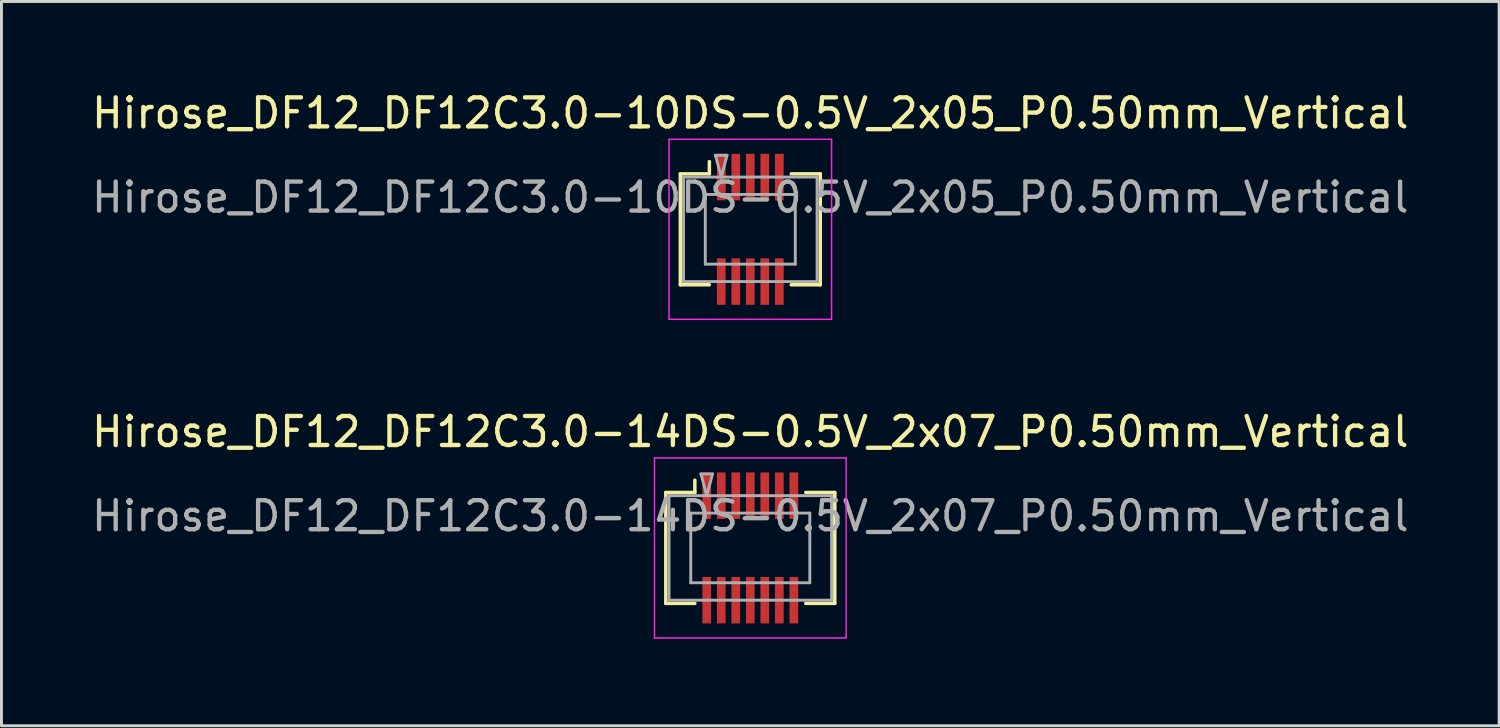
<source format=kicad_pcb>
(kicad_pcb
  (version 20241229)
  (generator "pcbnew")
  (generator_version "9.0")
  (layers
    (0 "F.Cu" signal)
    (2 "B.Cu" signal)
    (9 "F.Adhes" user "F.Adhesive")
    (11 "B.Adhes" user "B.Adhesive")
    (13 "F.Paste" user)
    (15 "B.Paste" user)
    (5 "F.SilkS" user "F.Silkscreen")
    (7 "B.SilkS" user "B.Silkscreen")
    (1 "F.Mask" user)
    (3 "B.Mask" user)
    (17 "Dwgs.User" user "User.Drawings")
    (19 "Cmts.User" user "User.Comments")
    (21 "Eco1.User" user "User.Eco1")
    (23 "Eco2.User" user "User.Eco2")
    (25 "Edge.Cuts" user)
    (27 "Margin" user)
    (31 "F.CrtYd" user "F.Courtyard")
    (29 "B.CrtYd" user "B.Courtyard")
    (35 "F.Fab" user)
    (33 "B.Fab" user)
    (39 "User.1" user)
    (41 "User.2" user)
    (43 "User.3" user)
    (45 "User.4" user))
  (footprint "Hirose_DF12_DF12C3.0-14DS-0.5V_2x07_P0.50mm_Vertical"
    (layer "F.Cu")
    (at 22.792 15.822)
    (property "Reference" "Hirose_DF12_DF12C3.0-14DS-0.5V_2x07_P0.50mm_Vertical" (at 0 -4 0) (layer "F.SilkS") (effects (font (size 1 1) (thickness 0.15))))
    (attr smd)
    (fp_line (start -2.91 -1.91) (end -1.91 -1.91) (stroke (width 0.12) (type solid)) (layer "F.SilkS"))
    (fp_line (start -2.91 1.91) (end -2.91 -1.91) (stroke (width 0.12) (type solid)) (layer "F.SilkS"))
    (fp_line (start -1.91 -1.91) (end -1.91 -2.333) (stroke (width 0.12) (type solid)) (layer "F.SilkS"))
    (fp_line (start -1.91 1.91) (end -2.91 1.91) (stroke (width 0.12) (type solid)) (layer "F.SilkS"))
    (fp_line (start 1.91 1.91) (end 2.91 1.91) (stroke (width 0.12) (type solid)) (layer "F.SilkS"))
    (fp_line (start 2.91 -1.91) (end 1.91 -1.91) (stroke (width 0.12) (type solid)) (layer "F.SilkS"))
    (fp_line (start 2.91 1.91) (end 2.91 -1.91) (stroke (width 0.12) (type solid)) (layer "F.SilkS"))
    (fp_line (start -3.3 -3.1) (end -3.3 3.1) (stroke (width 0.05) (type solid)) (layer "F.CrtYd"))
    (fp_line (start -3.3 3.1) (end 3.3 3.1) (stroke (width 0.05) (type solid)) (layer "F.CrtYd"))
    (fp_line (start 3.3 -3.1) (end -3.3 -3.1) (stroke (width 0.05) (type solid)) (layer "F.CrtYd"))
    (fp_line (start 3.3 3.1) (end 3.3 -3.1) (stroke (width 0.05) (type solid)) (layer "F.CrtYd"))
    (fp_line (start -2.8 -1.8) (end 2.8 -1.8) (stroke (width 0.1) (type solid)) (layer "F.Fab"))
    (fp_line (start -2.8 1.8) (end -2.8 -1.8) (stroke (width 0.1) (type solid)) (layer "F.Fab"))
    (fp_line (start -2.05 -1.2) (end 2.05 -1.2) (stroke (width 0.1) (type solid)) (layer "F.Fab"))
    (fp_line (start -2.05 1.2) (end -2.05 -1.2) (stroke (width 0.1) (type solid)) (layer "F.Fab"))
    (fp_line (start -1.7 -2.55) (end -1.5 -1.8) (stroke (width 0.1) (type solid)) (layer "F.Fab"))
    (fp_line (start -1.5 -1.8) (end -1.3 -2.55) (stroke (width 0.1) (type solid)) (layer "F.Fab"))
    (fp_line (start -1.3 -2.55) (end -1.7 -2.55) (stroke (width 0.1) (type solid)) (layer "F.Fab"))
    (fp_line (start 2.05 -1.2) (end 2.05 1.2) (stroke (width 0.1) (type solid)) (layer "F.Fab"))
    (fp_line (start 2.05 1.2) (end -2.05 1.2) (stroke (width 0.1) (type solid)) (layer "F.Fab"))
    (fp_line (start 2.8 -1.8) (end 2.8 1.8) (stroke (width 0.1) (type solid)) (layer "F.Fab"))
    (fp_line (start 2.8 1.8) (end -2.8 1.8) (stroke (width 0.1) (type solid)) (layer "F.Fab"))
    (fp_text user "${REFERENCE}" (at 0 -1.1 0) (layer "F.Fab") (effects (font (size 1 1) (thickness 0.15))))
    (pad "" smd rect (at -1.5 -2) (size 0.28 1.2) (layers "F.Paste"))
    (pad "" smd rect (at -1.5 2) (size 0.28 1.2) (layers "F.Paste"))
    (pad "" smd rect (at -1 -2) (size 0.28 1.2) (layers "F.Paste"))
    (pad "" smd rect (at -1 2) (size 0.28 1.2) (layers "F.Paste"))
    (pad "" smd rect (at -0.5 -2) (size 0.28 1.2) (layers "F.Paste"))
    (pad "" smd rect (at -0.5 2) (size 0.28 1.2) (layers "F.Paste"))
    (pad "" smd rect (at 0 -2) (size 0.28 1.2) (layers "F.Paste"))
    (pad "" smd rect (at 0 2) (size 0.28 1.2) (layers "F.Paste"))
    (pad "" smd rect (at 0.5 -2) (size 0.28 1.2) (layers "F.Paste"))
    (pad "" smd rect (at 0.5 2) (size 0.28 1.2) (layers "F.Paste"))
    (pad "" smd rect (at 1 -2) (size 0.28 1.2) (layers "F.Paste"))
    (pad "" smd rect (at 1 2) (size 0.28 1.2) (layers "F.Paste"))
    (pad "" smd rect (at 1.5 -2) (size 0.28 1.2) (layers "F.Paste"))
    (pad "" smd rect (at 1.5 2) (size 0.28 1.2) (layers "F.Paste"))
    (pad "1" smd rect (at -1.5 -1.8) (size 0.3 1.6) (layers "F.Cu" "F.Mask"))
    (pad "2" smd rect (at -1 -1.8) (size 0.3 1.6) (layers "F.Cu" "F.Mask"))
    (pad "3" smd rect (at -0.5 -1.8) (size 0.3 1.6) (layers "F.Cu" "F.Mask"))
    (pad "4" smd rect (at 0 -1.8) (size 0.3 1.6) (layers "F.Cu" "F.Mask"))
    (pad "5" smd rect (at 0.5 -1.8) (size 0.3 1.6) (layers "F.Cu" "F.Mask"))
    (pad "6" smd rect (at 1 -1.8) (size 0.3 1.6) (layers "F.Cu" "F.Mask"))
    (pad "7" smd rect (at 1.5 -1.8) (size 0.3 1.6) (layers "F.Cu" "F.Mask"))
    (pad "8" smd rect (at -1.5 1.8) (size 0.3 1.6) (layers "F.Cu" "F.Mask"))
    (pad "9" smd rect (at -1 1.8) (size 0.3 1.6) (layers "F.Cu" "F.Mask"))
    (pad "10" smd rect (at -0.5 1.8) (size 0.3 1.6) (layers "F.Cu" "F.Mask"))
    (pad "11" smd rect (at 0 1.8) (size 0.3 1.6) (layers "F.Cu" "F.Mask"))
    (pad "12" smd rect (at 0.5 1.8) (size 0.3 1.6) (layers "F.Cu" "F.Mask"))
    (pad "13" smd rect (at 1 1.8) (size 0.3 1.6) (layers "F.Cu" "F.Mask"))
    (pad "14" smd rect (at 1.5 1.8) (size 0.3 1.6) (layers "F.Cu" "F.Mask")))
  (footprint "Hirose_DF12_DF12C3.0-10DS-0.5V_2x05_P0.50mm_Vertical"
    (layer "F.Cu")
    (at 22.792 4.848)
    (property "Reference" "Hirose_DF12_DF12C3.0-10DS-0.5V_2x05_P0.50mm_Vertical" (at 0 -4 0) (layer "F.SilkS") (effects (font (size 1 1) (thickness 0.15))))
    (attr smd)
    (fp_line (start -2.41 -1.91) (end -1.41 -1.91) (stroke (width 0.12) (type solid)) (layer "F.SilkS"))
    (fp_line (start -2.41 1.91) (end -2.41 -1.91) (stroke (width 0.12) (type solid)) (layer "F.SilkS"))
    (fp_line (start -1.41 -1.91) (end -1.41 -2.333) (stroke (width 0.12) (type solid)) (layer "F.SilkS"))
    (fp_line (start -1.41 1.91) (end -2.41 1.91) (stroke (width 0.12) (type solid)) (layer "F.SilkS"))
    (fp_line (start 1.41 1.91) (end 2.41 1.91) (stroke (width 0.12) (type solid)) (layer "F.SilkS"))
    (fp_line (start 2.41 -1.91) (end 1.41 -1.91) (stroke (width 0.12) (type solid)) (layer "F.SilkS"))
    (fp_line (start 2.41 1.91) (end 2.41 -1.91) (stroke (width 0.12) (type solid)) (layer "F.SilkS"))
    (fp_line (start -2.8 -3.1) (end -2.8 3.1) (stroke (width 0.05) (type solid)) (layer "F.CrtYd"))
    (fp_line (start -2.8 3.1) (end 2.8 3.1) (stroke (width 0.05) (type solid)) (layer "F.CrtYd"))
    (fp_line (start 2.8 -3.1) (end -2.8 -3.1) (stroke (width 0.05) (type solid)) (layer "F.CrtYd"))
    (fp_line (start 2.8 3.1) (end 2.8 -3.1) (stroke (width 0.05) (type solid)) (layer "F.CrtYd"))
    (fp_line (start -2.3 -1.8) (end 2.3 -1.8) (stroke (width 0.1) (type solid)) (layer "F.Fab"))
    (fp_line (start -2.3 1.8) (end -2.3 -1.8) (stroke (width 0.1) (type solid)) (layer "F.Fab"))
    (fp_line (start -1.55 -1.2) (end 1.55 -1.2) (stroke (width 0.1) (type solid)) (layer "F.Fab"))
    (fp_line (start -1.55 1.2) (end -1.55 -1.2) (stroke (width 0.1) (type solid)) (layer "F.Fab"))
    (fp_line (start -1.2 -2.55) (end -1 -1.8) (stroke (width 0.1) (type solid)) (layer "F.Fab"))
    (fp_line (start -1 -1.8) (end -0.8 -2.55) (stroke (width 0.1) (type solid)) (layer "F.Fab"))
    (fp_line (start -0.8 -2.55) (end -1.2 -2.55) (stroke (width 0.1) (type solid)) (layer "F.Fab"))
    (fp_line (start 1.55 -1.2) (end 1.55 1.2) (stroke (width 0.1) (type solid)) (layer "F.Fab"))
    (fp_line (start 1.55 1.2) (end -1.55 1.2) (stroke (width 0.1) (type solid)) (layer "F.Fab"))
    (fp_line (start 2.3 -1.8) (end 2.3 1.8) (stroke (width 0.1) (type solid)) (layer "F.Fab"))
    (fp_line (start 2.3 1.8) (end -2.3 1.8) (stroke (width 0.1) (type solid)) (layer "F.Fab"))
    (fp_text user "${REFERENCE}" (at 0 -1.1 0) (layer "F.Fab") (effects (font (size 1 1) (thickness 0.15))))
    (pad "" smd rect (at -1 -2) (size 0.28 1.2) (layers "F.Paste"))
    (pad "" smd rect (at -1 2) (size 0.28 1.2) (layers "F.Paste"))
    (pad "" smd rect (at -0.5 -2) (size 0.28 1.2) (layers "F.Paste"))
    (pad "" smd rect (at -0.5 2) (size 0.28 1.2) (layers "F.Paste"))
    (pad "" smd rect (at 0 -2) (size 0.28 1.2) (layers "F.Paste"))
    (pad "" smd rect (at 0 2) (size 0.28 1.2) (layers "F.Paste"))
    (pad "" smd rect (at 0.5 -2) (size 0.28 1.2) (layers "F.Paste"))
    (pad "" smd rect (at 0.5 2) (size 0.28 1.2) (layers "F.Paste"))
    (pad "" smd rect (at 1 -2) (size 0.28 1.2) (layers "F.Paste"))
    (pad "" smd rect (at 1 2) (size 0.28 1.2) (layers "F.Paste"))
    (pad "1" smd rect (at -1 -1.8) (size 0.3 1.6) (layers "F.Cu" "F.Mask"))
    (pad "2" smd rect (at -0.5 -1.8) (size 0.3 1.6) (layers "F.Cu" "F.Mask"))
    (pad "3" smd rect (at 0 -1.8) (size 0.3 1.6) (layers "F.Cu" "F.Mask"))
    (pad "4" smd rect (at 0.5 -1.8) (size 0.3 1.6) (layers "F.Cu" "F.Mask"))
    (pad "5" smd rect (at 1 -1.8) (size 0.3 1.6) (layers "F.Cu" "F.Mask"))
    (pad "6" smd rect (at -1 1.8) (size 0.3 1.6) (layers "F.Cu" "F.Mask"))
    (pad "7" smd rect (at -0.5 1.8) (size 0.3 1.6) (layers "F.Cu" "F.Mask"))
    (pad "8" smd rect (at 0 1.8) (size 0.3 1.6) (layers "F.Cu" "F.Mask"))
    (pad "9" smd rect (at 0.5 1.8) (size 0.3 1.6) (layers "F.Cu" "F.Mask"))
    (pad "10" smd rect (at 1 1.8) (size 0.3 1.6) (layers "F.Cu" "F.Mask")))
  (gr_rect
    (start -3 -3)
    (end 48.583 21.947)
    (stroke (width 0.1) (type default))
    (fill no)
    (layer "Edge.Cuts")))
</source>
